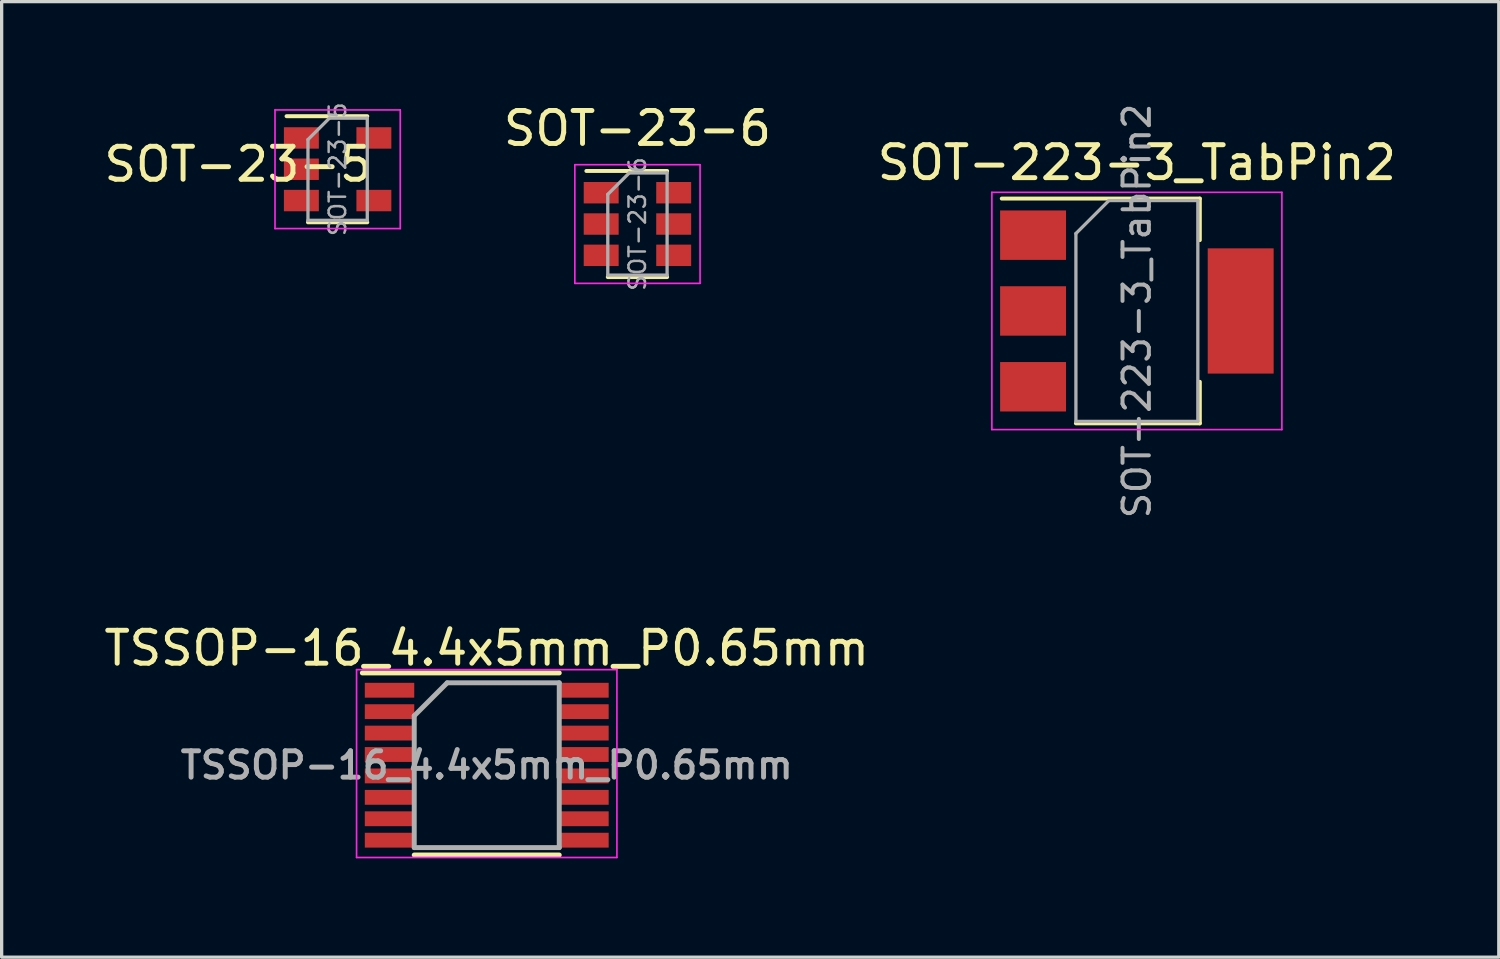
<source format=kicad_pcb>
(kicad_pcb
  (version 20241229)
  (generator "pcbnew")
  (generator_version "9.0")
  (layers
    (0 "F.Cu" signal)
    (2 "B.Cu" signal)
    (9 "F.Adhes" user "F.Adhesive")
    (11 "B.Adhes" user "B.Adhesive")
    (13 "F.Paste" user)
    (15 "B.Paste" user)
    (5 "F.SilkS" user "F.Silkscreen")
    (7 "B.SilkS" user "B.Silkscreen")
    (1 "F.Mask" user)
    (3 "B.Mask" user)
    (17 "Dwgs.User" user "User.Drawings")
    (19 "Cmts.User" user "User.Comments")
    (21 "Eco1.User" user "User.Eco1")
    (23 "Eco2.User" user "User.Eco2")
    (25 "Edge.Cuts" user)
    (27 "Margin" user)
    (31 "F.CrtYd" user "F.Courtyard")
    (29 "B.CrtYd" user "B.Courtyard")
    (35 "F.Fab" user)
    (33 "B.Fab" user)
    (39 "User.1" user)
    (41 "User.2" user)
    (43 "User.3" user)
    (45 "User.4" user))
  (footprint "SOT-23-5"
    (layer "F.Cu")
    (at 7.195 2.086)
    (property "Reference" "SOT-23-5" (at -3.023 -0.152 0) (layer "F.SilkS") (effects (font (size 1 1) (thickness 0.15))))
    (attr smd)
    (fp_line (start -0.9 1.61) (end 0.9 1.61) (stroke (width 0.12) (type solid)) (layer "F.SilkS"))
    (fp_line (start 0.9 -1.61) (end -1.55 -1.61) (stroke (width 0.12) (type solid)) (layer "F.SilkS"))
    (fp_line (start -1.9 -1.8) (end 1.9 -1.8) (stroke (width 0.05) (type solid)) (layer "F.CrtYd"))
    (fp_line (start -1.9 1.8) (end -1.9 -1.8) (stroke (width 0.05) (type solid)) (layer "F.CrtYd"))
    (fp_line (start 1.9 -1.8) (end 1.9 1.8) (stroke (width 0.05) (type solid)) (layer "F.CrtYd"))
    (fp_line (start 1.9 1.8) (end -1.9 1.8) (stroke (width 0.05) (type solid)) (layer "F.CrtYd"))
    (fp_line (start -0.9 -0.9) (end -0.9 1.55) (stroke (width 0.1) (type solid)) (layer "F.Fab"))
    (fp_line (start -0.9 -0.9) (end -0.25 -1.55) (stroke (width 0.1) (type solid)) (layer "F.Fab"))
    (fp_line (start 0.9 -1.55) (end -0.25 -1.55) (stroke (width 0.1) (type solid)) (layer "F.Fab"))
    (fp_line (start 0.9 -1.55) (end 0.9 1.55) (stroke (width 0.1) (type solid)) (layer "F.Fab"))
    (fp_line (start 0.9 1.55) (end -0.9 1.55) (stroke (width 0.1) (type solid)) (layer "F.Fab"))
    (fp_text user "${REFERENCE}" (at 0 0 90) (layer "F.Fab") (effects (font (size 0.5 0.5) (thickness 0.075))))
    (pad "1" smd rect (at -1.1 -0.95) (size 1.06 0.65) (layers "F.Cu" "F.Mask" "F.Paste"))
    (pad "2" smd rect (at -1.1 0) (size 1.06 0.65) (layers "F.Cu" "F.Mask" "F.Paste"))
    (pad "3" smd rect (at -1.1 0.95) (size 1.06 0.65) (layers "F.Cu" "F.Mask" "F.Paste"))
    (pad "4" smd rect (at 1.1 0.95) (size 1.06 0.65) (layers "F.Cu" "F.Mask" "F.Paste"))
    (pad "5" smd rect (at 1.1 -0.95) (size 1.06 0.65) (layers "F.Cu" "F.Mask" "F.Paste")))
  (footprint "SOT-223-3_TabPin2"
    (layer "F.Cu")
    (at 31.448 6.386)
    (property "Reference" "SOT-223-3_TabPin2" (at 0 -4.5 0) (layer "F.SilkS") (effects (font (size 1 1) (thickness 0.15))))
    (attr smd)
    (fp_line (start -4.1 -3.41) (end 1.91 -3.41) (stroke (width 0.12) (type solid)) (layer "F.SilkS"))
    (fp_line (start -1.85 3.41) (end 1.91 3.41) (stroke (width 0.12) (type solid)) (layer "F.SilkS"))
    (fp_line (start 1.91 -3.41) (end 1.91 -2.15) (stroke (width 0.12) (type solid)) (layer "F.SilkS"))
    (fp_line (start 1.91 3.41) (end 1.91 2.15) (stroke (width 0.12) (type solid)) (layer "F.SilkS"))
    (fp_line (start -4.4 -3.6) (end -4.4 3.6) (stroke (width 0.05) (type solid)) (layer "F.CrtYd"))
    (fp_line (start -4.4 3.6) (end 4.4 3.6) (stroke (width 0.05) (type solid)) (layer "F.CrtYd"))
    (fp_line (start 4.4 -3.6) (end -4.4 -3.6) (stroke (width 0.05) (type solid)) (layer "F.CrtYd"))
    (fp_line (start 4.4 3.6) (end 4.4 -3.6) (stroke (width 0.05) (type solid)) (layer "F.CrtYd"))
    (fp_line (start -1.85 -2.35) (end -1.85 3.35) (stroke (width 0.1) (type solid)) (layer "F.Fab"))
    (fp_line (start -1.85 -2.35) (end -0.85 -3.35) (stroke (width 0.1) (type solid)) (layer "F.Fab"))
    (fp_line (start -1.85 3.35) (end 1.85 3.35) (stroke (width 0.1) (type solid)) (layer "F.Fab"))
    (fp_line (start -0.85 -3.35) (end 1.85 -3.35) (stroke (width 0.1) (type solid)) (layer "F.Fab"))
    (fp_line (start 1.85 -3.35) (end 1.85 3.35) (stroke (width 0.1) (type solid)) (layer "F.Fab"))
    (fp_text user "${REFERENCE}" (at 0 0 90) (layer "F.Fab") (effects (font (size 0.8 0.8) (thickness 0.12))))
    (pad "1" smd rect (at -3.15 -2.3) (size 2 1.5) (layers "F.Cu" "F.Mask" "F.Paste"))
    (pad "2" smd rect (at -3.15 0) (size 2 1.5) (layers "F.Cu" "F.Mask" "F.Paste"))
    (pad "2" smd rect (at 3.15 0) (size 2 3.8) (layers "F.Cu" "F.Mask" "F.Paste"))
    (pad "3" smd rect (at -3.15 2.3) (size 2 1.5) (layers "F.Cu" "F.Mask" "F.Paste")))
  (footprint "TSSOP-16_4.4x5mm_P0.65mm"
    (layer "F.Cu")
    (at 11.72 20.17)
    (property "Reference" "TSSOP-16_4.4x5mm_P0.65mm" (at 0 -3.55 0) (layer "F.SilkS") (effects (font (size 1 1) (thickness 0.15))))
    (attr smd)
    (fp_line (start -3.775 -2.8) (end 2.2 -2.8) (stroke (width 0.15) (type solid)) (layer "F.SilkS"))
    (fp_line (start -2.2 2.725) (end 2.2 2.725) (stroke (width 0.15) (type solid)) (layer "F.SilkS"))
    (fp_line (start -3.95 -2.9) (end -3.95 2.8) (stroke (width 0.05) (type solid)) (layer "F.CrtYd"))
    (fp_line (start -3.95 -2.9) (end 3.95 -2.9) (stroke (width 0.05) (type solid)) (layer "F.CrtYd"))
    (fp_line (start -3.95 2.8) (end 3.95 2.8) (stroke (width 0.05) (type solid)) (layer "F.CrtYd"))
    (fp_line (start 3.95 -2.9) (end 3.95 2.8) (stroke (width 0.05) (type solid)) (layer "F.CrtYd"))
    (fp_line (start -2.2 -1.5) (end -1.2 -2.5) (stroke (width 0.15) (type solid)) (layer "F.Fab"))
    (fp_line (start -2.2 2.5) (end -2.2 -1.5) (stroke (width 0.15) (type solid)) (layer "F.Fab"))
    (fp_line (start -1.2 -2.5) (end 2.2 -2.5) (stroke (width 0.15) (type solid)) (layer "F.Fab"))
    (fp_line (start 2.2 -2.5) (end 2.2 2.5) (stroke (width 0.15) (type solid)) (layer "F.Fab"))
    (fp_line (start 2.2 2.5) (end -2.2 2.5) (stroke (width 0.15) (type solid)) (layer "F.Fab"))
    (fp_text user "${REFERENCE}" (at 0 0 0) (layer "F.Fab") (effects (font (size 0.8 0.8) (thickness 0.15))))
    (pad "1" smd rect (at -2.95 -2.275) (size 1.5 0.45) (layers "F.Cu" "F.Mask" "F.Paste"))
    (pad "2" smd rect (at -2.95 -1.625) (size 1.5 0.45) (layers "F.Cu" "F.Mask" "F.Paste"))
    (pad "3" smd rect (at -2.95 -0.975) (size 1.5 0.45) (layers "F.Cu" "F.Mask" "F.Paste"))
    (pad "4" smd rect (at -2.95 -0.325) (size 1.5 0.45) (layers "F.Cu" "F.Mask" "F.Paste"))
    (pad "5" smd rect (at -2.95 0.325) (size 1.5 0.45) (layers "F.Cu" "F.Mask" "F.Paste"))
    (pad "6" smd rect (at -2.95 0.975) (size 1.5 0.45) (layers "F.Cu" "F.Mask" "F.Paste"))
    (pad "7" smd rect (at -2.95 1.625) (size 1.5 0.45) (layers "F.Cu" "F.Mask" "F.Paste"))
    (pad "8" smd rect (at -2.95 2.275) (size 1.5 0.45) (layers "F.Cu" "F.Mask" "F.Paste"))
    (pad "9" smd rect (at 2.95 2.275) (size 1.5 0.45) (layers "F.Cu" "F.Mask" "F.Paste"))
    (pad "10" smd rect (at 2.95 1.625) (size 1.5 0.45) (layers "F.Cu" "F.Mask" "F.Paste"))
    (pad "11" smd rect (at 2.95 0.975) (size 1.5 0.45) (layers "F.Cu" "F.Mask" "F.Paste"))
    (pad "12" smd rect (at 2.95 0.325) (size 1.5 0.45) (layers "F.Cu" "F.Mask" "F.Paste"))
    (pad "13" smd rect (at 2.95 -0.325) (size 1.5 0.45) (layers "F.Cu" "F.Mask" "F.Paste"))
    (pad "14" smd rect (at 2.95 -0.975) (size 1.5 0.45) (layers "F.Cu" "F.Mask" "F.Paste"))
    (pad "15" smd rect (at 2.95 -1.625) (size 1.5 0.45) (layers "F.Cu" "F.Mask" "F.Paste"))
    (pad "16" smd rect (at 2.95 -2.275) (size 1.5 0.45) (layers "F.Cu" "F.Mask" "F.Paste")))
  (footprint "SOT-23-6"
    (layer "F.Cu")
    (at 16.293 3.748)
    (property "Reference" "SOT-23-6" (at 0 -2.9 0) (layer "F.SilkS") (effects (font (size 1 1) (thickness 0.15))))
    (attr smd)
    (fp_line (start -0.9 1.61) (end 0.9 1.61) (stroke (width 0.12) (type solid)) (layer "F.SilkS"))
    (fp_line (start 0.9 -1.61) (end -1.55 -1.61) (stroke (width 0.12) (type solid)) (layer "F.SilkS"))
    (fp_line (start -1.9 -1.8) (end -1.9 1.8) (stroke (width 0.05) (type solid)) (layer "F.CrtYd"))
    (fp_line (start -1.9 1.8) (end 1.9 1.8) (stroke (width 0.05) (type solid)) (layer "F.CrtYd"))
    (fp_line (start 1.9 -1.8) (end -1.9 -1.8) (stroke (width 0.05) (type solid)) (layer "F.CrtYd"))
    (fp_line (start 1.9 1.8) (end 1.9 -1.8) (stroke (width 0.05) (type solid)) (layer "F.CrtYd"))
    (fp_line (start -0.9 -0.9) (end -0.9 1.55) (stroke (width 0.1) (type solid)) (layer "F.Fab"))
    (fp_line (start -0.9 -0.9) (end -0.25 -1.55) (stroke (width 0.1) (type solid)) (layer "F.Fab"))
    (fp_line (start 0.9 -1.55) (end -0.25 -1.55) (stroke (width 0.1) (type solid)) (layer "F.Fab"))
    (fp_line (start 0.9 -1.55) (end 0.9 1.55) (stroke (width 0.1) (type solid)) (layer "F.Fab"))
    (fp_line (start 0.9 1.55) (end -0.9 1.55) (stroke (width 0.1) (type solid)) (layer "F.Fab"))
    (fp_text user "${REFERENCE}" (at 0 0 90) (layer "F.Fab") (effects (font (size 0.5 0.5) (thickness 0.075))))
    (pad "1" smd rect (at -1.1 -0.95) (size 1.06 0.65) (layers "F.Cu" "F.Mask" "F.Paste"))
    (pad "2" smd rect (at -1.1 0) (size 1.06 0.65) (layers "F.Cu" "F.Mask" "F.Paste"))
    (pad "3" smd rect (at -1.1 0.95) (size 1.06 0.65) (layers "F.Cu" "F.Mask" "F.Paste"))
    (pad "4" smd rect (at 1.1 0.95) (size 1.06 0.65) (layers "F.Cu" "F.Mask" "F.Paste"))
    (pad "5" smd rect (at 1.1 0) (size 1.06 0.65) (layers "F.Cu" "F.Mask" "F.Paste"))
    (pad "6" smd rect (at 1.1 -0.95) (size 1.06 0.65) (layers "F.Cu" "F.Mask" "F.Paste")))
  (gr_rect
    (start -3 -3)
    (end 42.43 25.995)
    (stroke (width 0.1) (type default))
    (fill no)
    (layer "Edge.Cuts")))
</source>
